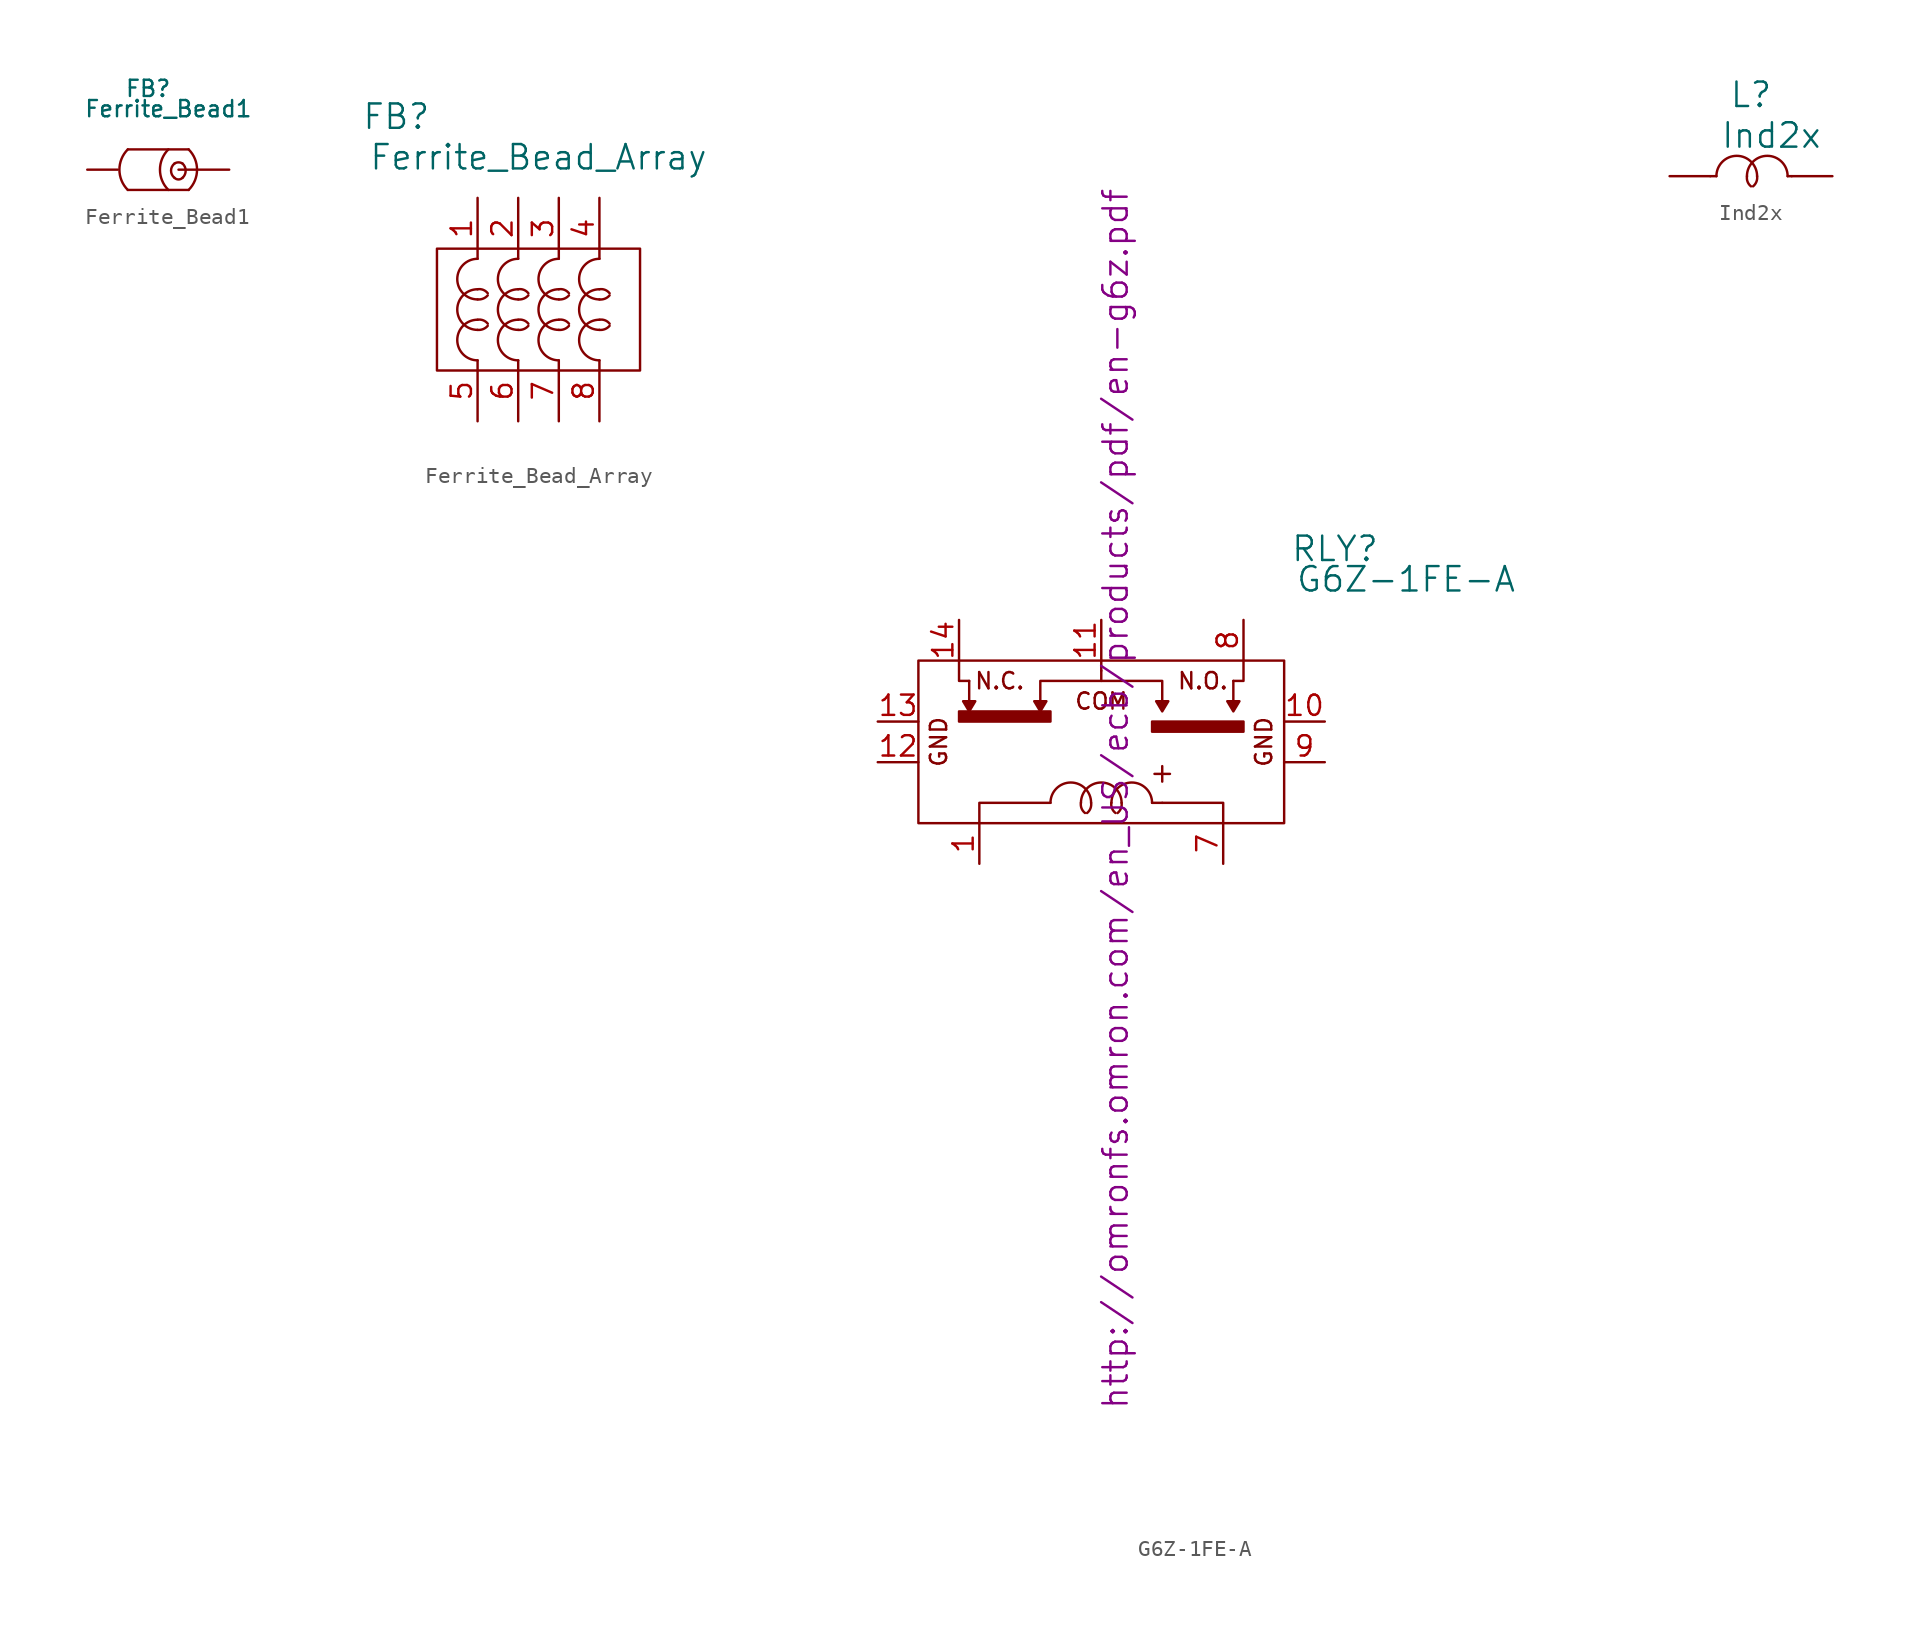
<source format=kicad_sym>
(kicad_symbol_lib
  (version 20231120)
  (generator "kicad_symbol_editor")
  (generator_version "8.0")
  (symbol "Ferrite_Bead1"
    (pin_numbers hide)
    (pin_names
      (offset 1.016) hide)
    (property "Reference" "FB"
      (at 0 5.08 0)
      (effects (font (size 1.016 1.016))))
    (property "Value" "Ferrite_Bead1"
      (at 1.27 3.81 0)
      (effects (font (size 1.016 1.016))))
    (property "Footprint" ""
      (at 0 0 0)
      (effects (font (size 1.524 1.524))))
    (property "Datasheet" ""
      (at 0 0 0)
      (effects (font (size 1.524 1.524))))
    (symbol "Ferrite_Bead1_0_1"
      (arc (start -1.27 1.27) (mid -1.7961 0) (end -1.27 -1.27) (stroke (width 0) (type default)) (fill (type none)))
      (polyline (pts (xy -1.27 1.27) (xy 2.54 1.27)) (stroke (width 0) (type default)) (fill (type none)))
      (polyline (pts (xy 2.54 -1.27) (xy -1.27 -1.27)) (stroke (width 0) (type default)) (fill (type none)))
      (arc (start 1.27 1.27) (mid 0.7439 0) (end 1.27 -1.27) (stroke (width 0) (type default)) (fill (type none)))
      (arc (start 1.651 -0.508) (mid 1.905 -0.6132) (end 2.159 -0.508) (stroke (width 0) (type default)) (fill (type none)))
      (arc (start 1.651 0.381) (mid 1.4369 -0.0678) (end 1.651 -0.508) (stroke (width 0) (type default)) (fill (type none)))
      (arc (start 2.159 -0.508) (mid 2.3538 -0.0681) (end 2.159 0.381) (stroke (width 0) (type default)) (fill (type none)))
      (arc (start 2.159 0.381) (mid 1.905 0.4579) (end 1.651 0.381) (stroke (width 0) (type default)) (fill (type none)))
      (arc (start 2.54 -1.27) (mid 3.0661 0) (end 2.54 1.27) (stroke (width 0) (type default)) (fill (type none))))
    (symbol "Ferrite_Bead1_1_1"
      (pin input line (at 5.08 0 180) (length 3.175) (name "~" (effects (font (size 1.27 1.27)))) (number "1" (effects (font (size 1.27 1.27)))))
      (pin input line (at -3.81 0 0) (length 1.905) (name "~" (effects (font (size 1.27 1.27)))) (number "2" (effects (font (size 1.27 1.27)))))))
  (symbol "Ferrite_Bead_Array"
    (pin_names
      (offset 1.016) hide)
    (property "Reference" "FB"
      (at -8.89 12.7 0)
      (effects (font (size 1.524 1.524))))
    (property "Value" "Ferrite_Bead_Array"
      (at 0 10.16 0)
      (effects (font (size 1.524 1.524))))
    (property "Footprint" ""
      (at 0 1.27 0)
      (effects (font (size 1.524 1.524))))
    (property "Datasheet" ""
      (at 0 1.27 0)
      (effects (font (size 1.524 1.524))))
    (symbol "Ferrite_Bead_Array_0_1"
      (rectangle (start -6.35 4.445) (end 6.35 -3.175) (stroke (width 0) (type default)) (fill (type none)))
      (arc (start -3.81 -0.635) (mid -3.4624 -0.5856) (end -3.175 -0.381) (stroke (width 0) (type default)) (fill (type none)))
      (arc (start -3.81 0) (mid -5.0745 -1.27) (end -3.81 -2.54) (stroke (width 0) (type default)) (fill (type none)))
      (arc (start -3.81 1.27) (mid -3.4624 1.3194) (end -3.175 1.524) (stroke (width 0) (type default)) (fill (type none)))
      (arc (start -3.81 1.905) (mid -5.0745 0.635) (end -3.81 -0.635) (stroke (width 0) (type default)) (fill (type none)))
      (arc (start -3.81 3.81) (mid -5.0745 2.54) (end -3.81 1.27) (stroke (width 0) (type default)) (fill (type none)))
      (arc (start -3.175 -0.254) (mid -3.4575 -0.0385) (end -3.81 0) (stroke (width 0) (type default)) (fill (type none)))
      (arc (start -3.175 1.651) (mid -3.4575 1.8665) (end -3.81 1.905) (stroke (width 0) (type default)) (fill (type none)))
      (arc (start -1.27 -0.635) (mid -0.9224 -0.5856) (end -0.635 -0.381) (stroke (width 0) (type default)) (fill (type none)))
      (arc (start -1.27 0) (mid -2.5345 -1.27) (end -1.27 -2.54) (stroke (width 0) (type default)) (fill (type none)))
      (arc (start -1.27 1.27) (mid -0.9224 1.3194) (end -0.635 1.524) (stroke (width 0) (type default)) (fill (type none)))
      (arc (start -1.27 1.905) (mid -2.5345 0.635) (end -1.27 -0.635) (stroke (width 0) (type default)) (fill (type none)))
      (arc (start -1.27 3.81) (mid -2.5345 2.54) (end -1.27 1.27) (stroke (width 0) (type default)) (fill (type none)))
      (arc (start -0.635 -0.254) (mid -0.9175 -0.0385) (end -1.27 0) (stroke (width 0) (type default)) (fill (type none)))
      (arc (start -0.635 1.651) (mid -0.9175 1.8665) (end -1.27 1.905) (stroke (width 0) (type default)) (fill (type none)))
      (arc (start 1.27 -0.635) (mid 1.6176 -0.5856) (end 1.905 -0.381) (stroke (width 0) (type default)) (fill (type none)))
      (arc (start 1.27 0) (mid 0.0055 -1.27) (end 1.27 -2.54) (stroke (width 0) (type default)) (fill (type none)))
      (arc (start 1.27 1.27) (mid 1.6176 1.3194) (end 1.905 1.524) (stroke (width 0) (type default)) (fill (type none)))
      (arc (start 1.27 1.905) (mid 0.0055 0.635) (end 1.27 -0.635) (stroke (width 0) (type default)) (fill (type none)))
      (arc (start 1.27 3.81) (mid 0.0055 2.54) (end 1.27 1.27) (stroke (width 0) (type default)) (fill (type none)))
      (arc (start 1.905 -0.254) (mid 1.6225 -0.0385) (end 1.27 0) (stroke (width 0) (type default)) (fill (type none)))
      (arc (start 1.905 1.651) (mid 1.6225 1.8665) (end 1.27 1.905) (stroke (width 0) (type default)) (fill (type none)))
      (arc (start 3.81 -0.635) (mid 4.1576 -0.5856) (end 4.445 -0.381) (stroke (width 0) (type default)) (fill (type none)))
      (arc (start 3.81 0) (mid 2.5455 -1.27) (end 3.81 -2.54) (stroke (width 0) (type default)) (fill (type none)))
      (arc (start 3.81 1.27) (mid 4.1576 1.3194) (end 4.445 1.524) (stroke (width 0) (type default)) (fill (type none)))
      (arc (start 3.81 1.905) (mid 2.5455 0.635) (end 3.81 -0.635) (stroke (width 0) (type default)) (fill (type none)))
      (arc (start 3.81 3.81) (mid 2.5455 2.54) (end 3.81 1.27) (stroke (width 0) (type default)) (fill (type none)))
      (arc (start 4.445 -0.254) (mid 4.1625 -0.0385) (end 3.81 0) (stroke (width 0) (type default)) (fill (type none)))
      (arc (start 4.445 1.651) (mid 4.1625 1.8665) (end 3.81 1.905) (stroke (width 0) (type default)) (fill (type none))))
    (symbol "Ferrite_Bead_Array_1_1"
      (pin input line (at -3.81 7.62 270) (length 3.81) (name "1" (effects (font (size 1.27 1.27)))) (number "1" (effects (font (size 1.27 1.27)))))
      (pin input line (at -1.27 7.62 270) (length 3.81) (name "2" (effects (font (size 1.27 1.27)))) (number "2" (effects (font (size 1.27 1.27)))))
      (pin input line (at 1.27 7.62 270) (length 3.81) (name "3" (effects (font (size 1.27 1.27)))) (number "3" (effects (font (size 1.27 1.27)))))
      (pin input line (at 3.81 7.62 270) (length 3.81) (name "4" (effects (font (size 1.27 1.27)))) (number "4" (effects (font (size 1.27 1.27)))))
      (pin input line (at -3.81 -6.35 90) (length 3.81) (name "5" (effects (font (size 1.27 1.27)))) (number "5" (effects (font (size 1.27 1.27)))))
      (pin input line (at -1.27 -6.35 90) (length 3.81) (name "6" (effects (font (size 1.27 1.27)))) (number "6" (effects (font (size 1.27 1.27)))))
      (pin input line (at 1.27 -6.35 90) (length 3.81) (name "7" (effects (font (size 1.27 1.27)))) (number "7" (effects (font (size 1.27 1.27)))))
      (pin input line (at 3.81 -6.35 90) (length 3.81) (name "8" (effects (font (size 1.27 1.27)))) (number "8" (effects (font (size 1.27 1.27)))))))
  (symbol "G6Z-1FE-A"
    (pin_names
      (offset 1.016) hide)
    (property "Reference" "RLY"
      (at 14.605 6.985 0)
      (effects (font (size 1.524 1.524))))
    (property "Value" "G6Z-1FE-A"
      (at 19.05 5.08 0)
      (effects (font (size 1.524 1.524))))
    (property "Footprint" ""
      (at 0.889 -8.636 90)
      (effects (font (size 1.524 1.524))))
    (property "Datasheet" "http://omronfs.omron.com/en_US/ecb/products/pdf/en-g6z.pdf"
      (at 0.889 -8.636 90)
      (effects (font (size 1.524 1.524))))
    (symbol "G6Z-1FE-A_0_0"
      (rectangle (start -8.89 -3.175) (end -3.175 -3.81) (stroke (width 0) (type default)) (fill (type outline)))
      (polyline (pts (xy 3.81 -8.89) (xy 3.175 -8.89)) (stroke (width 0) (type default)) (fill (type none)))
      (polyline (pts (xy -3.175 -8.89) (xy -7.62 -8.89) (xy -7.62 -10.16)) (stroke (width 0) (type default)) (fill (type none)))
      (polyline (pts (xy 3.81 -8.89) (xy 7.62 -8.89) (xy 7.62 -10.16)) (stroke (width 0) (type default)) (fill (type none)))
      (rectangle (start 3.175 -3.81) (end 8.89 -4.445) (stroke (width 0) (type default)) (fill (type outline)))
      (text "+" (at 3.81 -6.985 0) (effects (font (size 1.27 1.27))))
      (text "COM" (at 0 -2.54 0) (effects (font (size 1.016 1.016))))
      (text "GND" (at -10.16 -5.08 900) (effects (font (size 1.016 1.016))))
      (text "GND" (at 10.16 -5.08 900) (effects (font (size 1.016 1.016))))
      (text "N.C." (at -6.35 -1.27 0) (effects (font (size 1.016 1.016))))
      (text "N.O." (at 6.35 -1.27 0) (effects (font (size 1.016 1.016)))))
    (symbol "G6Z-1FE-A_0_1"
      (arc (start -1.27 -8.89) (mid -1.2292 -9.2416) (end -1.016 -9.525) (stroke (width 0) (type default)) (fill (type none)))
      (arc (start -0.889 -9.525) (mid -0.6782 -9.2401) (end -0.635 -8.89) (stroke (width 0) (type default)) (fill (type none)))
      (arc (start -0.635 -8.89) (mid -1.905 -7.6255) (end -3.175 -8.89) (stroke (width 0) (type default)) (fill (type none)))
      (arc (start 0.635 -8.89) (mid 0.6758 -9.2416) (end 0.889 -9.525) (stroke (width 0) (type default)) (fill (type none)))
      (arc (start 1.016 -9.525) (mid 1.2268 -9.2401) (end 1.27 -8.89) (stroke (width 0) (type default)) (fill (type none)))
      (arc (start 1.27 -8.89) (mid 0 -7.6255) (end -1.27 -8.89) (stroke (width 0) (type default)) (fill (type none)))
      (arc (start 3.175 -8.89) (mid 1.905 -7.6255) (end 0.635 -8.89) (stroke (width 0) (type default)) (fill (type none))))
    (symbol "G6Z-1FE-A_1_0"
      (polyline (pts (xy -8.255 -2.54) (xy -8.255 -1.27)) (stroke (width 0) (type default)) (fill (type none)))
      (polyline (pts (xy 0 -1.27) (xy 0 -0.635)) (stroke (width 0) (type default)) (fill (type none)))
      (polyline (pts (xy 0 -0.635) (xy 0 0)) (stroke (width 0) (type default)) (fill (type none)))
      (polyline (pts (xy 8.255 -2.54) (xy 8.255 -1.27)) (stroke (width 0) (type default)) (fill (type none)))
      (polyline (pts (xy -8.255 -1.27) (xy -8.89 -1.27) (xy -8.89 0)) (stroke (width 0) (type default)) (fill (type none)))
      (polyline (pts (xy 8.89 0) (xy 8.89 -1.27) (xy 8.255 -1.27)) (stroke (width 0) (type default)) (fill (type none)))
      (polyline (pts (xy -8.255 -3.175) (xy -8.636 -2.54) (xy -7.874 -2.54) (xy -8.255 -3.175)) (stroke (width 0) (type default)) (fill (type outline)))
      (polyline (pts (xy -3.81 -3.175) (xy -4.191 -2.54) (xy -3.429 -2.54) (xy -3.81 -3.175)) (stroke (width 0) (type default)) (fill (type outline)))
      (polyline (pts (xy 3.81 -3.175) (xy 3.429 -2.54) (xy 4.191 -2.54) (xy 3.81 -3.175)) (stroke (width 0) (type default)) (fill (type outline)))
      (polyline (pts (xy 3.81 -2.54) (xy 3.81 -1.27) (xy -3.81 -1.27) (xy -3.81 -2.54)) (stroke (width 0) (type default)) (fill (type none)))
      (polyline (pts (xy 8.255 -3.175) (xy 7.874 -2.54) (xy 8.636 -2.54) (xy 8.255 -3.175)) (stroke (width 0) (type default)) (fill (type outline)))
      (rectangle (start 11.43 -10.16) (end -11.43 0) (stroke (width 0) (type default)) (fill (type none))))
    (symbol "G6Z-1FE-A_1_1"
      (pin input line (at -7.62 -12.7 90) (length 2.54) (name "C-" (effects (font (size 1.27 1.27)))) (number "1" (effects (font (size 1.27 1.27)))))
      (pin input line (at 13.97 -3.81 180) (length 2.54) (name "GND" (effects (font (size 1.27 1.27)))) (number "10" (effects (font (size 1.27 1.27)))))
      (pin input line (at 0 2.54 270) (length 2.54) (name "COM" (effects (font (size 1.27 1.27)))) (number "11" (effects (font (size 1.27 1.27)))))
      (pin input line (at -13.97 -6.35 0) (length 2.54) (name "GND" (effects (font (size 1.27 1.27)))) (number "12" (effects (font (size 1.27 1.27)))))
      (pin input line (at -13.97 -3.81 0) (length 2.54) (name "GND" (effects (font (size 1.27 1.27)))) (number "13" (effects (font (size 1.27 1.27)))))
      (pin input line (at -8.89 2.54 270) (length 2.54) (name "N.C." (effects (font (size 1.27 1.27)))) (number "14" (effects (font (size 1.27 1.27)))))
      (pin input line (at 7.62 -12.7 90) (length 2.54) (name "C+" (effects (font (size 1.27 1.27)))) (number "7" (effects (font (size 1.27 1.27)))))
      (pin input line (at 8.89 2.54 270) (length 2.54) (name "N.O." (effects (font (size 1.27 1.27)))) (number "8" (effects (font (size 1.27 1.27)))))
      (pin input line (at 13.97 -6.35 180) (length 2.54) (name "GND" (effects (font (size 1.27 1.27)))) (number "9" (effects (font (size 1.27 1.27)))))))
  (symbol "Ind2x"
    (pin_numbers hide)
    (pin_names
      (offset 1.016) hide)
    (property "Reference" "L"
      (at 0 5.08 0)
      (effects (font (size 1.524 1.524))))
    (property "Value" "Ind2x"
      (at 1.27 2.54 0)
      (effects (font (size 1.524 1.524))))
    (property "Footprint" ""
      (at 1.905 0.254 90)
      (effects (font (size 1.524 1.524))))
    (property "Datasheet" ""
      (at 1.905 0.254 90)
      (effects (font (size 1.524 1.524))))
    (symbol "Ind2x_0_1"
      (arc (start -0.254 0) (mid -0.2132 -0.3516) (end 0 -0.635) (stroke (width 0) (type default)) (fill (type none)))
      (polyline (pts (xy -2.159 0) (xy -2.54 0)) (stroke (width 0) (type default)) (fill (type none)))
      (polyline (pts (xy 2.286 0) (xy 2.54 0)) (stroke (width 0) (type default)) (fill (type none)))
      (arc (start 0.127 -0.635) (mid 0.3378 -0.3501) (end 0.381 0) (stroke (width 0) (type default)) (fill (type none)))
      (arc (start 0.381 0) (mid -0.889 1.2645) (end -2.159 0) (stroke (width 0) (type default)) (fill (type none)))
      (arc (start 2.286 0) (mid 1.016 1.2645) (end -0.254 0) (stroke (width 0) (type default)) (fill (type none))))
    (symbol "Ind2x_1_1"
      (pin input line (at -5.08 0 0) (length 2.54) (name "1" (effects (font (size 1.27 1.27)))) (number "1" (effects (font (size 1.27 1.27)))))
      (pin input line (at 5.08 0 180) (length 2.54) (name "2" (effects (font (size 1.27 1.27)))) (number "2" (effects (font (size 1.27 1.27))))))))
</source>
